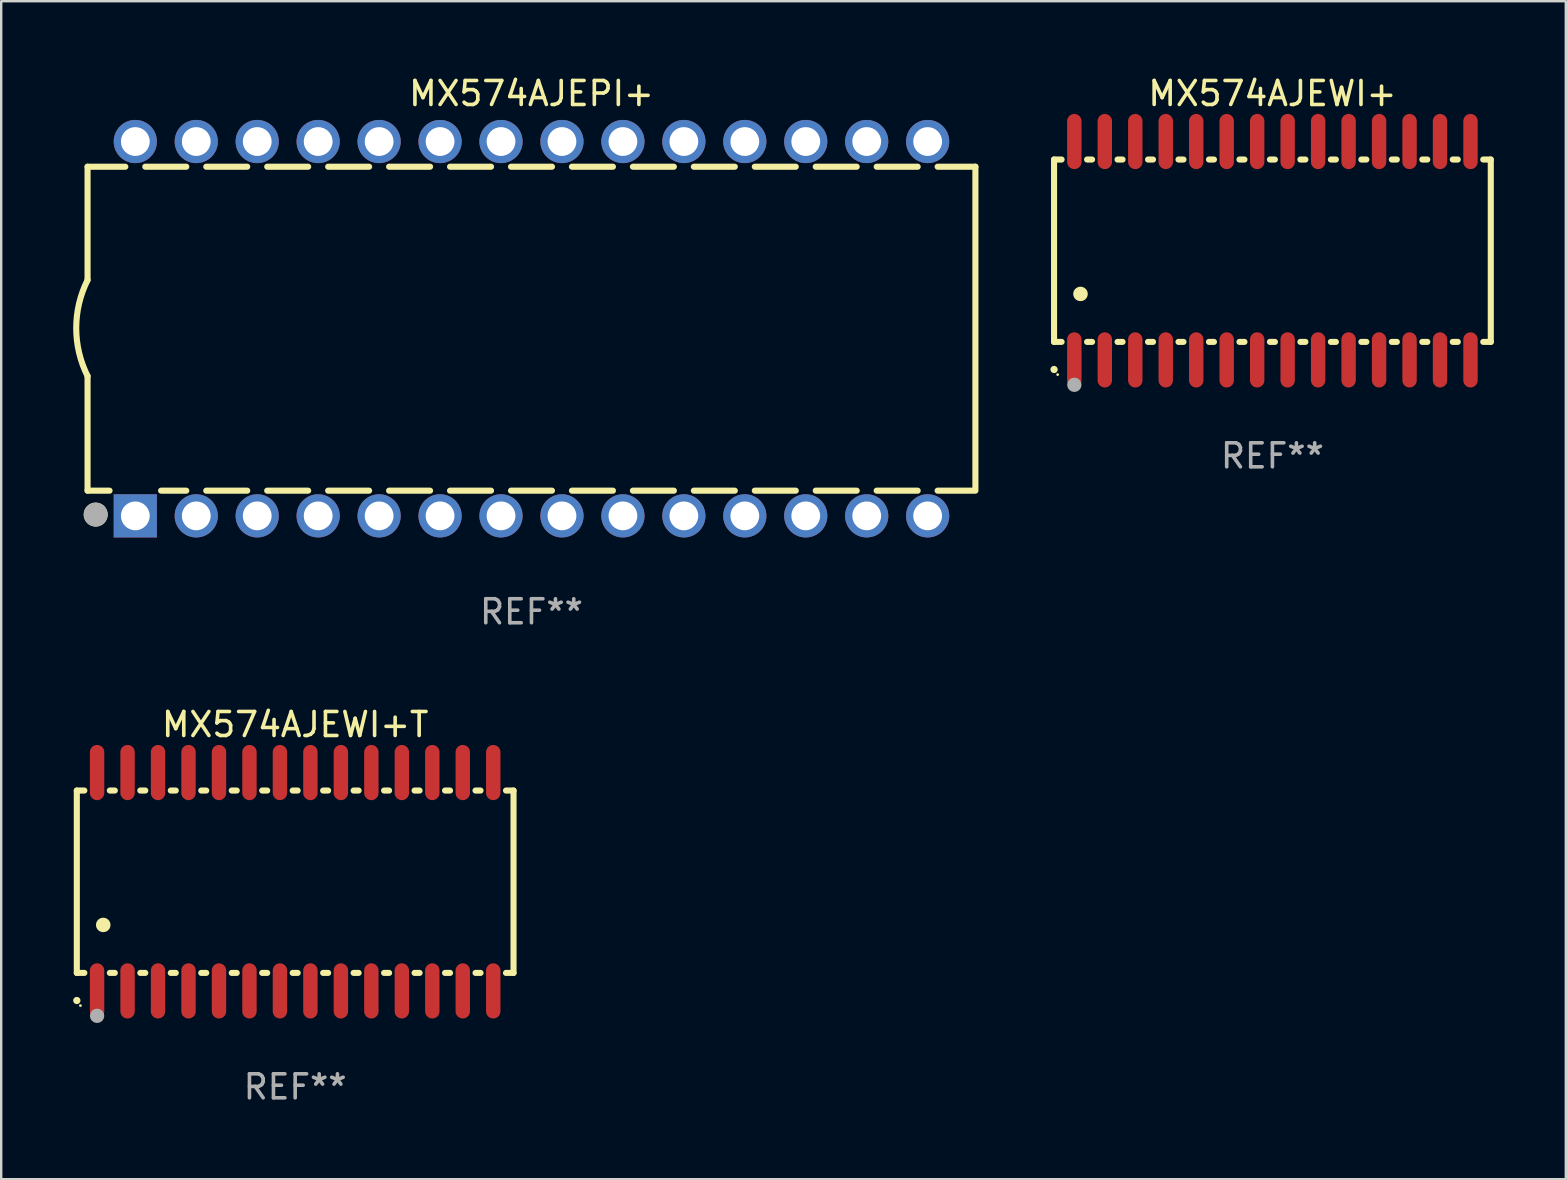
<source format=kicad_pcb>
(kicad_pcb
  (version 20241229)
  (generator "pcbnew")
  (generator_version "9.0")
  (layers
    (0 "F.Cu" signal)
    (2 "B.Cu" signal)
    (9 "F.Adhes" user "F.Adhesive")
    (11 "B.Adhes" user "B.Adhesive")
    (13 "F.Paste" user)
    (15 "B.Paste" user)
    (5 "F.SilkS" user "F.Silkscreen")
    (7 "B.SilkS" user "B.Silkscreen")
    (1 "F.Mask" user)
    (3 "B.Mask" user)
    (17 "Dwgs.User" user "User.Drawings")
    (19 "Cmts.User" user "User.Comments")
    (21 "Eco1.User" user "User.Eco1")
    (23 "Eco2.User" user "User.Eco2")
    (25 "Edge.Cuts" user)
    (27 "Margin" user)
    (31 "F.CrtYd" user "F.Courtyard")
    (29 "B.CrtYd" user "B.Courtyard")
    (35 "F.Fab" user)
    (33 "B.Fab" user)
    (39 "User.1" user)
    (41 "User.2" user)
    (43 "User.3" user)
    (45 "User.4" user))
  (footprint "MX574AJEPI+"
    (layer "F.Cu")
    (at 19.099 10.648)
    (property "Reference" "MX574AJEPI+" (at 0 -9.8 0) (layer "F.SilkS") (effects (font (size 1 1) (thickness 0.15))))
    (attr through_hole)
    (fp_line (start -18.5 -6.75) (end -18.5 -2.026) (stroke (width 0.254) (type solid)) (layer "F.SilkS"))
    (fp_line (start -18.5 -6.75) (end -16.926 -6.75) (stroke (width 0.254) (type solid)) (layer "F.SilkS"))
    (fp_line (start -18.5 6.75) (end -18.5 1.974) (stroke (width 0.254) (type solid)) (layer "F.SilkS"))
    (fp_line (start -18.5 6.75) (end -17.584 6.75) (stroke (width 0.254) (type solid)) (layer "F.SilkS"))
    (fp_line (start -16.094 -6.75) (end -14.386 -6.75) (stroke (width 0.254) (type solid)) (layer "F.SilkS"))
    (fp_line (start -15.436 6.75) (end -14.386 6.75) (stroke (width 0.254) (type solid)) (layer "F.SilkS"))
    (fp_line (start -13.554 -6.75) (end -11.846 -6.75) (stroke (width 0.254) (type solid)) (layer "F.SilkS"))
    (fp_line (start -13.554 6.75) (end -11.846 6.75) (stroke (width 0.254) (type solid)) (layer "F.SilkS"))
    (fp_line (start -11.014 -6.75) (end -9.306 -6.75) (stroke (width 0.254) (type solid)) (layer "F.SilkS"))
    (fp_line (start -11.014 6.75) (end -9.306 6.75) (stroke (width 0.254) (type solid)) (layer "F.SilkS"))
    (fp_line (start -8.474 -6.75) (end -6.766 -6.75) (stroke (width 0.254) (type solid)) (layer "F.SilkS"))
    (fp_line (start -8.474 6.75) (end -6.766 6.75) (stroke (width 0.254) (type solid)) (layer "F.SilkS"))
    (fp_line (start -5.934 -6.75) (end -4.226 -6.75) (stroke (width 0.254) (type solid)) (layer "F.SilkS"))
    (fp_line (start -5.934 6.75) (end -4.226 6.75) (stroke (width 0.254) (type solid)) (layer "F.SilkS"))
    (fp_line (start -3.394 -6.75) (end -1.686 -6.75) (stroke (width 0.254) (type solid)) (layer "F.SilkS"))
    (fp_line (start -3.394 6.75) (end -1.686 6.75) (stroke (width 0.254) (type solid)) (layer "F.SilkS"))
    (fp_line (start -0.854 -6.75) (end 0.854 -6.75) (stroke (width 0.254) (type solid)) (layer "F.SilkS"))
    (fp_line (start -0.854 6.75) (end 0.854 6.75) (stroke (width 0.254) (type solid)) (layer "F.SilkS"))
    (fp_line (start 1.686 -6.75) (end 3.394 -6.75) (stroke (width 0.254) (type solid)) (layer "F.SilkS"))
    (fp_line (start 1.686 6.75) (end 3.394 6.75) (stroke (width 0.254) (type solid)) (layer "F.SilkS"))
    (fp_line (start 4.226 -6.75) (end 5.934 -6.75) (stroke (width 0.254) (type solid)) (layer "F.SilkS"))
    (fp_line (start 4.226 6.75) (end 5.934 6.75) (stroke (width 0.254) (type solid)) (layer "F.SilkS"))
    (fp_line (start 6.766 -6.75) (end 8.474 -6.75) (stroke (width 0.254) (type solid)) (layer "F.SilkS"))
    (fp_line (start 6.766 6.75) (end 8.474 6.75) (stroke (width 0.254) (type solid)) (layer "F.SilkS"))
    (fp_line (start 9.306 -6.75) (end 11.014 -6.75) (stroke (width 0.254) (type solid)) (layer "F.SilkS"))
    (fp_line (start 9.306 6.75) (end 11.014 6.75) (stroke (width 0.254) (type solid)) (layer "F.SilkS"))
    (fp_line (start 11.846 -6.75) (end 13.554 -6.75) (stroke (width 0.254) (type solid)) (layer "F.SilkS"))
    (fp_line (start 11.846 6.75) (end 13.554 6.75) (stroke (width 0.254) (type solid)) (layer "F.SilkS"))
    (fp_line (start 14.386 -6.75) (end 16.094 -6.75) (stroke (width 0.254) (type solid)) (layer "F.SilkS"))
    (fp_line (start 14.386 6.75) (end 16.094 6.75) (stroke (width 0.254) (type solid)) (layer "F.SilkS"))
    (fp_line (start 16.926 -6.75) (end 18.5 -6.75) (stroke (width 0.254) (type solid)) (layer "F.SilkS"))
    (fp_line (start 16.926 6.75) (end 18.415 6.75) (stroke (width 0.254) (type solid)) (layer "F.SilkS"))
    (fp_line (start 18.5 6.75) (end 18.5 -6.75) (stroke (width 0.254) (type solid)) (layer "F.SilkS"))
    (fp_arc (start -18.500051 1.974384) (mid -18.972187 -0.025616) (end -18.500051 -2.025616) (stroke (width 0.254001) (type solid)) (layer "F.SilkS"))
    (fp_circle (center -18.5 7.8) (end -18.47 7.8) (stroke (width 0.06) (type solid)) (fill no) (layer "F.SilkS"))
    (fp_circle (center -18.161 7.747) (end -17.911 7.747) (stroke (width 0.5) (type solid)) (fill no) (layer "F.SilkS"))
    (fp_circle (center -18.161 7.747) (end -17.911 7.747) (stroke (width 0.5) (type solid)) (fill no) (layer "F.Fab"))
    (fp_text user "REF**" (at 0 11.8 0) (layer "F.Fab") (effects (font (size 1 1) (thickness 0.15))))
    (pad "1" thru_hole rect (at -16.51 7.8) (size 1.8 1.8) (drill 1.2) (layers "*.Cu" "*.Mask"))
    (pad "2" thru_hole circle (at -13.97 7.8) (size 1.8 1.8) (drill 1.2) (layers "*.Cu" "*.Mask"))
    (pad "3" thru_hole circle (at -11.43 7.8) (size 1.8 1.8) (drill 1.2) (layers "*.Cu" "*.Mask"))
    (pad "4" thru_hole circle (at -8.89 7.8) (size 1.8 1.8) (drill 1.2) (layers "*.Cu" "*.Mask"))
    (pad "5" thru_hole circle (at -6.35 7.8) (size 1.8 1.8) (drill 1.2) (layers "*.Cu" "*.Mask"))
    (pad "6" thru_hole circle (at -3.81 7.8) (size 1.8 1.8) (drill 1.2) (layers "*.Cu" "*.Mask"))
    (pad "7" thru_hole circle (at -1.27 7.8) (size 1.8 1.8) (drill 1.2) (layers "*.Cu" "*.Mask"))
    (pad "8" thru_hole circle (at 1.27 7.8) (size 1.8 1.8) (drill 1.2) (layers "*.Cu" "*.Mask"))
    (pad "9" thru_hole circle (at 3.81 7.8) (size 1.8 1.8) (drill 1.2) (layers "*.Cu" "*.Mask"))
    (pad "10" thru_hole circle (at 6.35 7.8) (size 1.8 1.8) (drill 1.2) (layers "*.Cu" "*.Mask"))
    (pad "11" thru_hole circle (at 8.89 7.8) (size 1.8 1.8) (drill 1.2) (layers "*.Cu" "*.Mask"))
    (pad "12" thru_hole circle (at 11.43 7.8) (size 1.8 1.8) (drill 1.2) (layers "*.Cu" "*.Mask"))
    (pad "13" thru_hole circle (at 13.97 7.8) (size 1.8 1.8) (drill 1.2) (layers "*.Cu" "*.Mask"))
    (pad "14" thru_hole circle (at 16.51 7.8) (size 1.8 1.8) (drill 1.2) (layers "*.Cu" "*.Mask"))
    (pad "15" thru_hole circle (at 16.51 -7.8) (size 1.8 1.8) (drill 1.2) (layers "*.Cu" "*.Mask"))
    (pad "16" thru_hole circle (at 13.97 -7.8) (size 1.8 1.8) (drill 1.2) (layers "*.Cu" "*.Mask"))
    (pad "17" thru_hole circle (at 11.43 -7.8) (size 1.8 1.8) (drill 1.2) (layers "*.Cu" "*.Mask"))
    (pad "18" thru_hole circle (at 8.89 -7.8) (size 1.8 1.8) (drill 1.2) (layers "*.Cu" "*.Mask"))
    (pad "19" thru_hole circle (at 6.35 -7.8) (size 1.8 1.8) (drill 1.2) (layers "*.Cu" "*.Mask"))
    (pad "20" thru_hole circle (at 3.81 -7.8) (size 1.8 1.8) (drill 1.2) (layers "*.Cu" "*.Mask"))
    (pad "21" thru_hole circle (at 1.27 -7.8) (size 1.8 1.8) (drill 1.2) (layers "*.Cu" "*.Mask"))
    (pad "22" thru_hole circle (at -1.27 -7.8) (size 1.8 1.8) (drill 1.2) (layers "*.Cu" "*.Mask"))
    (pad "23" thru_hole circle (at -3.81 -7.8) (size 1.8 1.8) (drill 1.2) (layers "*.Cu" "*.Mask"))
    (pad "24" thru_hole circle (at -6.35 -7.8) (size 1.8 1.8) (drill 1.2) (layers "*.Cu" "*.Mask"))
    (pad "25" thru_hole circle (at -8.89 -7.8) (size 1.8 1.8) (drill 1.2) (layers "*.Cu" "*.Mask"))
    (pad "26" thru_hole circle (at -11.43 -7.8) (size 1.8 1.8) (drill 1.2) (layers "*.Cu" "*.Mask"))
    (pad "27" thru_hole circle (at -13.97 -7.8) (size 1.8 1.8) (drill 1.2) (layers "*.Cu" "*.Mask"))
    (pad "28" thru_hole circle (at -16.51 -7.8) (size 1.8 1.8) (drill 1.2) (layers "*.Cu" "*.Mask")))
  (footprint "MX574AJEWI+T"
    (layer "F.Cu")
    (at 9.251 33.695)
    (property "Reference" "MX574AJEWI+T" (at 0 -6.55 0) (layer "F.SilkS") (effects (font (size 1 1) (thickness 0.15))))
    (attr through_hole)
    (fp_line (start -9.1 -3.8) (end -9.1 3.8) (stroke (width 0.254) (type solid)) (layer "F.SilkS"))
    (fp_line (start -9.1 -3.8) (end -8.786 -3.8) (stroke (width 0.254) (type solid)) (layer "F.SilkS"))
    (fp_line (start -9.1 3.8) (end -8.786 3.8) (stroke (width 0.254) (type solid)) (layer "F.SilkS"))
    (fp_line (start -7.724 -3.8) (end -7.516 -3.8) (stroke (width 0.254) (type solid)) (layer "F.SilkS"))
    (fp_line (start -7.724 3.8) (end -7.516 3.8) (stroke (width 0.254) (type solid)) (layer "F.SilkS"))
    (fp_line (start -6.454 -3.8) (end -6.246 -3.8) (stroke (width 0.254) (type solid)) (layer "F.SilkS"))
    (fp_line (start -6.454 3.8) (end -6.246 3.8) (stroke (width 0.254) (type solid)) (layer "F.SilkS"))
    (fp_line (start -5.184 -3.8) (end -4.976 -3.8) (stroke (width 0.254) (type solid)) (layer "F.SilkS"))
    (fp_line (start -5.184 3.8) (end -4.976 3.8) (stroke (width 0.254) (type solid)) (layer "F.SilkS"))
    (fp_line (start -3.914 -3.8) (end -3.706 -3.8) (stroke (width 0.254) (type solid)) (layer "F.SilkS"))
    (fp_line (start -3.914 3.8) (end -3.706 3.8) (stroke (width 0.254) (type solid)) (layer "F.SilkS"))
    (fp_line (start -2.644 -3.8) (end -2.436 -3.8) (stroke (width 0.254) (type solid)) (layer "F.SilkS"))
    (fp_line (start -2.644 3.8) (end -2.436 3.8) (stroke (width 0.254) (type solid)) (layer "F.SilkS"))
    (fp_line (start -1.374 -3.8) (end -1.166 -3.8) (stroke (width 0.254) (type solid)) (layer "F.SilkS"))
    (fp_line (start -1.374 3.8) (end -1.166 3.8) (stroke (width 0.254) (type solid)) (layer "F.SilkS"))
    (fp_line (start -0.104 -3.8) (end 0.104 -3.8) (stroke (width 0.254) (type solid)) (layer "F.SilkS"))
    (fp_line (start -0.104 3.8) (end 0.104 3.8) (stroke (width 0.254) (type solid)) (layer "F.SilkS"))
    (fp_line (start 1.166 -3.8) (end 1.374 -3.8) (stroke (width 0.254) (type solid)) (layer "F.SilkS"))
    (fp_line (start 1.166 3.8) (end 1.374 3.8) (stroke (width 0.254) (type solid)) (layer "F.SilkS"))
    (fp_line (start 2.436 -3.8) (end 2.644 -3.8) (stroke (width 0.254) (type solid)) (layer "F.SilkS"))
    (fp_line (start 2.436 3.8) (end 2.644 3.8) (stroke (width 0.254) (type solid)) (layer "F.SilkS"))
    (fp_line (start 3.706 -3.8) (end 3.914 -3.8) (stroke (width 0.254) (type solid)) (layer "F.SilkS"))
    (fp_line (start 3.706 3.8) (end 3.914 3.8) (stroke (width 0.254) (type solid)) (layer "F.SilkS"))
    (fp_line (start 4.976 -3.8) (end 5.184 -3.8) (stroke (width 0.254) (type solid)) (layer "F.SilkS"))
    (fp_line (start 4.976 3.8) (end 5.184 3.8) (stroke (width 0.254) (type solid)) (layer "F.SilkS"))
    (fp_line (start 6.246 -3.8) (end 6.454 -3.8) (stroke (width 0.254) (type solid)) (layer "F.SilkS"))
    (fp_line (start 6.246 3.8) (end 6.454 3.8) (stroke (width 0.254) (type solid)) (layer "F.SilkS"))
    (fp_line (start 7.516 -3.8) (end 7.724 -3.8) (stroke (width 0.254) (type solid)) (layer "F.SilkS"))
    (fp_line (start 7.516 3.8) (end 7.724 3.8) (stroke (width 0.254) (type solid)) (layer "F.SilkS"))
    (fp_line (start 8.786 -3.8) (end 9.1 -3.8) (stroke (width 0.254) (type solid)) (layer "F.SilkS"))
    (fp_line (start 8.786 3.8) (end 9.1 3.8) (stroke (width 0.254) (type solid)) (layer "F.SilkS"))
    (fp_line (start 9.1 -3.8) (end 9.1 3.8) (stroke (width 0.254) (type solid)) (layer "F.SilkS"))
    (fp_arc (start -9.100864 4.95047) (mid -9.099594 4.950465) (end -9.098324 4.95047) (stroke (width 0.3) (type solid)) (layer "F.SilkS"))
    (fp_arc (start -8.001041 1.800864) (mid -7.998501 1.800853) (end -7.995961 1.800864) (stroke (width 0.6) (type solid)) (layer "F.SilkS"))
    (fp_circle (center -8.95 5.163) (end -8.92 5.163) (stroke (width 0.06) (type solid)) (fill no) (layer "F.SilkS"))
    (fp_circle (center -8.255 5.588) (end -8.105 5.588) (stroke (width 0.3) (type solid)) (fill no) (layer "F.Fab"))
    (fp_text user "REF**" (at 0 8.55 0) (layer "F.Fab") (effects (font (size 1 1) (thickness 0.15))))
    (pad "1" smd oval (at -8.255 4.55 180) (size 0.6 2.3) (layers "F.Cu" "F.Mask" "F.Paste"))
    (pad "2" smd oval (at -6.985 4.55 180) (size 0.6 2.3) (layers "F.Cu" "F.Mask" "F.Paste"))
    (pad "3" smd oval (at -5.715 4.55 180) (size 0.6 2.3) (layers "F.Cu" "F.Mask" "F.Paste"))
    (pad "4" smd oval (at -4.445 4.55 180) (size 0.6 2.3) (layers "F.Cu" "F.Mask" "F.Paste"))
    (pad "5" smd oval (at -3.175 4.55 180) (size 0.6 2.3) (layers "F.Cu" "F.Mask" "F.Paste"))
    (pad "6" smd oval (at -1.905 4.55 180) (size 0.6 2.3) (layers "F.Cu" "F.Mask" "F.Paste"))
    (pad "7" smd oval (at -0.635 4.55 180) (size 0.6 2.3) (layers "F.Cu" "F.Mask" "F.Paste"))
    (pad "8" smd oval (at 0.635 4.55 180) (size 0.6 2.3) (layers "F.Cu" "F.Mask" "F.Paste"))
    (pad "9" smd oval (at 1.905 4.55 180) (size 0.6 2.3) (layers "F.Cu" "F.Mask" "F.Paste"))
    (pad "10" smd oval (at 3.175 4.55 180) (size 0.6 2.3) (layers "F.Cu" "F.Mask" "F.Paste"))
    (pad "11" smd oval (at 4.445 4.55 180) (size 0.6 2.3) (layers "F.Cu" "F.Mask" "F.Paste"))
    (pad "12" smd oval (at 5.715 4.55 180) (size 0.6 2.3) (layers "F.Cu" "F.Mask" "F.Paste"))
    (pad "13" smd oval (at 6.985 4.55 180) (size 0.6 2.3) (layers "F.Cu" "F.Mask" "F.Paste"))
    (pad "14" smd oval (at 8.255 4.55 180) (size 0.6 2.3) (layers "F.Cu" "F.Mask" "F.Paste"))
    (pad "15" smd oval (at 8.255 -4.55 180) (size 0.6 2.3) (layers "F.Cu" "F.Mask" "F.Paste"))
    (pad "16" smd oval (at 6.985 -4.55 180) (size 0.6 2.3) (layers "F.Cu" "F.Mask" "F.Paste"))
    (pad "17" smd oval (at 5.715 -4.55 180) (size 0.6 2.3) (layers "F.Cu" "F.Mask" "F.Paste"))
    (pad "18" smd oval (at 4.445 -4.55 180) (size 0.6 2.3) (layers "F.Cu" "F.Mask" "F.Paste"))
    (pad "19" smd oval (at 3.175 -4.55 180) (size 0.6 2.3) (layers "F.Cu" "F.Mask" "F.Paste"))
    (pad "20" smd oval (at 1.905 -4.55 180) (size 0.6 2.3) (layers "F.Cu" "F.Mask" "F.Paste"))
    (pad "21" smd oval (at 0.635 -4.55 180) (size 0.6 2.3) (layers "F.Cu" "F.Mask" "F.Paste"))
    (pad "22" smd oval (at -0.635 -4.55 180) (size 0.6 2.3) (layers "F.Cu" "F.Mask" "F.Paste"))
    (pad "23" smd oval (at -1.905 -4.55 180) (size 0.6 2.3) (layers "F.Cu" "F.Mask" "F.Paste"))
    (pad "24" smd oval (at -3.175 -4.55 180) (size 0.6 2.3) (layers "F.Cu" "F.Mask" "F.Paste"))
    (pad "25" smd oval (at -4.445 -4.55 180) (size 0.6 2.3) (layers "F.Cu" "F.Mask" "F.Paste"))
    (pad "26" smd oval (at -5.715 -4.55 180) (size 0.6 2.3) (layers "F.Cu" "F.Mask" "F.Paste"))
    (pad "27" smd oval (at -6.985 -4.55 180) (size 0.6 2.3) (layers "F.Cu" "F.Mask" "F.Paste"))
    (pad "28" smd oval (at -8.255 -4.55 180) (size 0.6 2.3) (layers "F.Cu" "F.Mask" "F.Paste")))
  (footprint "MX574AJEWI+"
    (layer "F.Cu")
    (at 49.977 7.398)
    (property "Reference" "MX574AJEWI+" (at 0 -6.55 0) (layer "F.SilkS") (effects (font (size 1 1) (thickness 0.15))))
    (attr through_hole)
    (fp_line (start -9.1 -3.8) (end -9.1 3.8) (stroke (width 0.254) (type solid)) (layer "F.SilkS"))
    (fp_line (start -9.1 -3.8) (end -8.786 -3.8) (stroke (width 0.254) (type solid)) (layer "F.SilkS"))
    (fp_line (start -9.1 3.8) (end -8.786 3.8) (stroke (width 0.254) (type solid)) (layer "F.SilkS"))
    (fp_line (start -7.724 -3.8) (end -7.516 -3.8) (stroke (width 0.254) (type solid)) (layer "F.SilkS"))
    (fp_line (start -7.724 3.8) (end -7.516 3.8) (stroke (width 0.254) (type solid)) (layer "F.SilkS"))
    (fp_line (start -6.454 -3.8) (end -6.246 -3.8) (stroke (width 0.254) (type solid)) (layer "F.SilkS"))
    (fp_line (start -6.454 3.8) (end -6.246 3.8) (stroke (width 0.254) (type solid)) (layer "F.SilkS"))
    (fp_line (start -5.184 -3.8) (end -4.976 -3.8) (stroke (width 0.254) (type solid)) (layer "F.SilkS"))
    (fp_line (start -5.184 3.8) (end -4.976 3.8) (stroke (width 0.254) (type solid)) (layer "F.SilkS"))
    (fp_line (start -3.914 -3.8) (end -3.706 -3.8) (stroke (width 0.254) (type solid)) (layer "F.SilkS"))
    (fp_line (start -3.914 3.8) (end -3.706 3.8) (stroke (width 0.254) (type solid)) (layer "F.SilkS"))
    (fp_line (start -2.644 -3.8) (end -2.436 -3.8) (stroke (width 0.254) (type solid)) (layer "F.SilkS"))
    (fp_line (start -2.644 3.8) (end -2.436 3.8) (stroke (width 0.254) (type solid)) (layer "F.SilkS"))
    (fp_line (start -1.374 -3.8) (end -1.166 -3.8) (stroke (width 0.254) (type solid)) (layer "F.SilkS"))
    (fp_line (start -1.374 3.8) (end -1.166 3.8) (stroke (width 0.254) (type solid)) (layer "F.SilkS"))
    (fp_line (start -0.104 -3.8) (end 0.104 -3.8) (stroke (width 0.254) (type solid)) (layer "F.SilkS"))
    (fp_line (start -0.104 3.8) (end 0.104 3.8) (stroke (width 0.254) (type solid)) (layer "F.SilkS"))
    (fp_line (start 1.166 -3.8) (end 1.374 -3.8) (stroke (width 0.254) (type solid)) (layer "F.SilkS"))
    (fp_line (start 1.166 3.8) (end 1.374 3.8) (stroke (width 0.254) (type solid)) (layer "F.SilkS"))
    (fp_line (start 2.436 -3.8) (end 2.644 -3.8) (stroke (width 0.254) (type solid)) (layer "F.SilkS"))
    (fp_line (start 2.436 3.8) (end 2.644 3.8) (stroke (width 0.254) (type solid)) (layer "F.SilkS"))
    (fp_line (start 3.706 -3.8) (end 3.914 -3.8) (stroke (width 0.254) (type solid)) (layer "F.SilkS"))
    (fp_line (start 3.706 3.8) (end 3.914 3.8) (stroke (width 0.254) (type solid)) (layer "F.SilkS"))
    (fp_line (start 4.976 -3.8) (end 5.184 -3.8) (stroke (width 0.254) (type solid)) (layer "F.SilkS"))
    (fp_line (start 4.976 3.8) (end 5.184 3.8) (stroke (width 0.254) (type solid)) (layer "F.SilkS"))
    (fp_line (start 6.246 -3.8) (end 6.454 -3.8) (stroke (width 0.254) (type solid)) (layer "F.SilkS"))
    (fp_line (start 6.246 3.8) (end 6.454 3.8) (stroke (width 0.254) (type solid)) (layer "F.SilkS"))
    (fp_line (start 7.516 -3.8) (end 7.724 -3.8) (stroke (width 0.254) (type solid)) (layer "F.SilkS"))
    (fp_line (start 7.516 3.8) (end 7.724 3.8) (stroke (width 0.254) (type solid)) (layer "F.SilkS"))
    (fp_line (start 8.786 -3.8) (end 9.1 -3.8) (stroke (width 0.254) (type solid)) (layer "F.SilkS"))
    (fp_line (start 8.786 3.8) (end 9.1 3.8) (stroke (width 0.254) (type solid)) (layer "F.SilkS"))
    (fp_line (start 9.1 -3.8) (end 9.1 3.8) (stroke (width 0.254) (type solid)) (layer "F.SilkS"))
    (fp_arc (start -9.100864 4.95047) (mid -9.099594 4.950465) (end -9.098324 4.95047) (stroke (width 0.3) (type solid)) (layer "F.SilkS"))
    (fp_arc (start -8.001041 1.800864) (mid -7.998501 1.800853) (end -7.995961 1.800864) (stroke (width 0.6) (type solid)) (layer "F.SilkS"))
    (fp_circle (center -8.95 5.163) (end -8.92 5.163) (stroke (width 0.06) (type solid)) (fill no) (layer "F.SilkS"))
    (fp_circle (center -8.255 5.588) (end -8.105 5.588) (stroke (width 0.3) (type solid)) (fill no) (layer "F.Fab"))
    (fp_text user "REF**" (at 0 8.55 0) (layer "F.Fab") (effects (font (size 1 1) (thickness 0.15))))
    (pad "1" smd oval (at -8.255 4.55 180) (size 0.6 2.3) (layers "F.Cu" "F.Mask" "F.Paste"))
    (pad "2" smd oval (at -6.985 4.55 180) (size 0.6 2.3) (layers "F.Cu" "F.Mask" "F.Paste"))
    (pad "3" smd oval (at -5.715 4.55 180) (size 0.6 2.3) (layers "F.Cu" "F.Mask" "F.Paste"))
    (pad "4" smd oval (at -4.445 4.55 180) (size 0.6 2.3) (layers "F.Cu" "F.Mask" "F.Paste"))
    (pad "5" smd oval (at -3.175 4.55 180) (size 0.6 2.3) (layers "F.Cu" "F.Mask" "F.Paste"))
    (pad "6" smd oval (at -1.905 4.55 180) (size 0.6 2.3) (layers "F.Cu" "F.Mask" "F.Paste"))
    (pad "7" smd oval (at -0.635 4.55 180) (size 0.6 2.3) (layers "F.Cu" "F.Mask" "F.Paste"))
    (pad "8" smd oval (at 0.635 4.55 180) (size 0.6 2.3) (layers "F.Cu" "F.Mask" "F.Paste"))
    (pad "9" smd oval (at 1.905 4.55 180) (size 0.6 2.3) (layers "F.Cu" "F.Mask" "F.Paste"))
    (pad "10" smd oval (at 3.175 4.55 180) (size 0.6 2.3) (layers "F.Cu" "F.Mask" "F.Paste"))
    (pad "11" smd oval (at 4.445 4.55 180) (size 0.6 2.3) (layers "F.Cu" "F.Mask" "F.Paste"))
    (pad "12" smd oval (at 5.715 4.55 180) (size 0.6 2.3) (layers "F.Cu" "F.Mask" "F.Paste"))
    (pad "13" smd oval (at 6.985 4.55 180) (size 0.6 2.3) (layers "F.Cu" "F.Mask" "F.Paste"))
    (pad "14" smd oval (at 8.255 4.55 180) (size 0.6 2.3) (layers "F.Cu" "F.Mask" "F.Paste"))
    (pad "15" smd oval (at 8.255 -4.55 180) (size 0.6 2.3) (layers "F.Cu" "F.Mask" "F.Paste"))
    (pad "16" smd oval (at 6.985 -4.55 180) (size 0.6 2.3) (layers "F.Cu" "F.Mask" "F.Paste"))
    (pad "17" smd oval (at 5.715 -4.55 180) (size 0.6 2.3) (layers "F.Cu" "F.Mask" "F.Paste"))
    (pad "18" smd oval (at 4.445 -4.55 180) (size 0.6 2.3) (layers "F.Cu" "F.Mask" "F.Paste"))
    (pad "19" smd oval (at 3.175 -4.55 180) (size 0.6 2.3) (layers "F.Cu" "F.Mask" "F.Paste"))
    (pad "20" smd oval (at 1.905 -4.55 180) (size 0.6 2.3) (layers "F.Cu" "F.Mask" "F.Paste"))
    (pad "21" smd oval (at 0.635 -4.55 180) (size 0.6 2.3) (layers "F.Cu" "F.Mask" "F.Paste"))
    (pad "22" smd oval (at -0.635 -4.55 180) (size 0.6 2.3) (layers "F.Cu" "F.Mask" "F.Paste"))
    (pad "23" smd oval (at -1.905 -4.55 180) (size 0.6 2.3) (layers "F.Cu" "F.Mask" "F.Paste"))
    (pad "24" smd oval (at -3.175 -4.55 180) (size 0.6 2.3) (layers "F.Cu" "F.Mask" "F.Paste"))
    (pad "25" smd oval (at -4.445 -4.55 180) (size 0.6 2.3) (layers "F.Cu" "F.Mask" "F.Paste"))
    (pad "26" smd oval (at -5.715 -4.55 180) (size 0.6 2.3) (layers "F.Cu" "F.Mask" "F.Paste"))
    (pad "27" smd oval (at -6.985 -4.55 180) (size 0.6 2.3) (layers "F.Cu" "F.Mask" "F.Paste"))
    (pad "28" smd oval (at -8.255 -4.55 180) (size 0.6 2.3) (layers "F.Cu" "F.Mask" "F.Paste")))
  (gr_rect
    (start -3 -3)
    (end 62.204 46.093)
    (stroke (width 0.1) (type default))
    (fill no)
    (layer "Edge.Cuts")))
</source>
